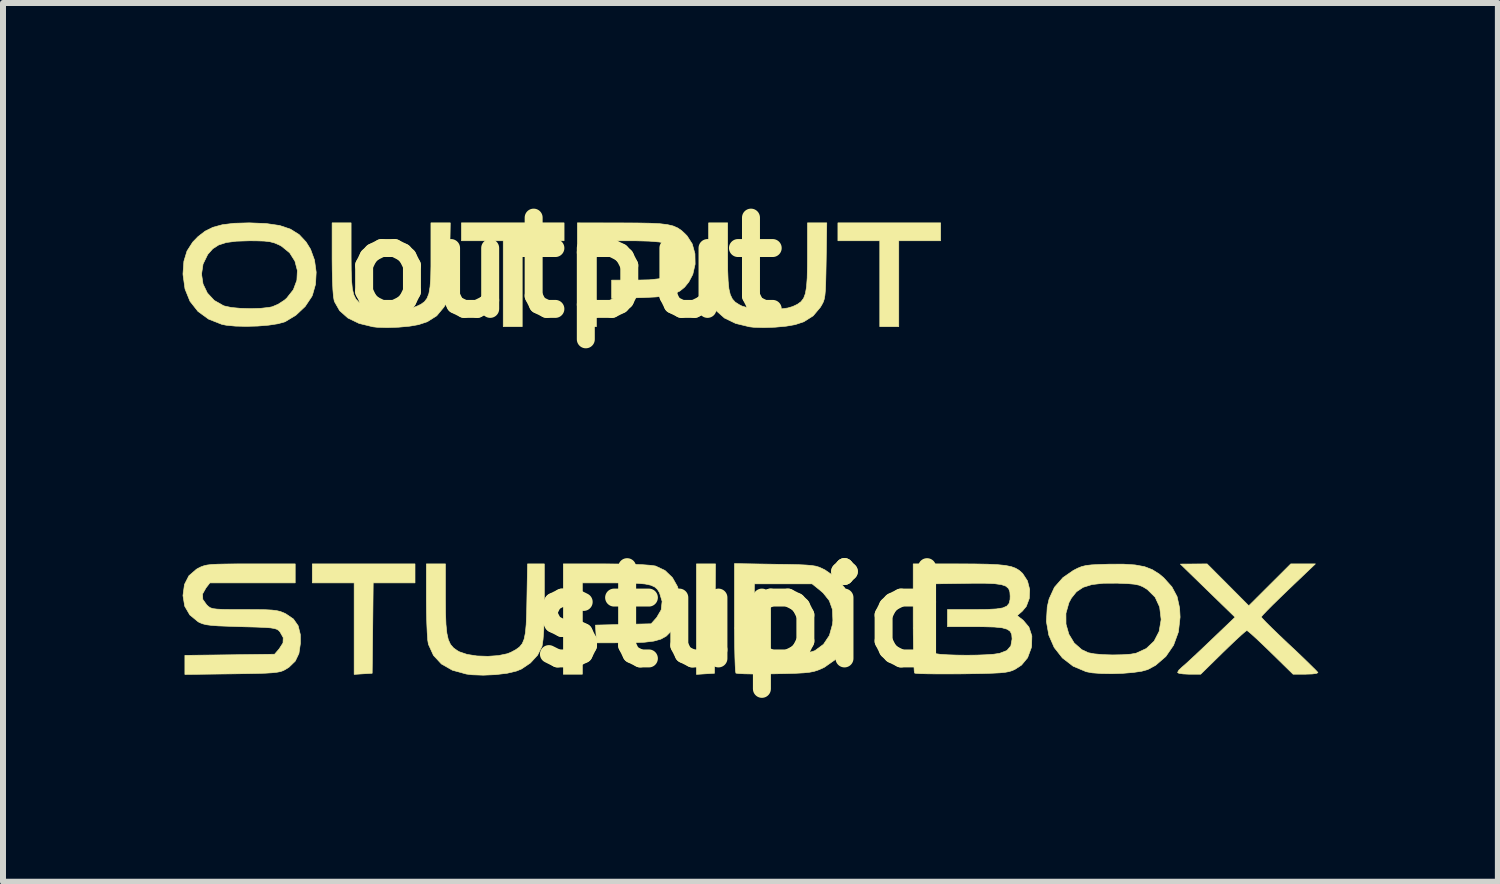
<source format=kicad_pcb>
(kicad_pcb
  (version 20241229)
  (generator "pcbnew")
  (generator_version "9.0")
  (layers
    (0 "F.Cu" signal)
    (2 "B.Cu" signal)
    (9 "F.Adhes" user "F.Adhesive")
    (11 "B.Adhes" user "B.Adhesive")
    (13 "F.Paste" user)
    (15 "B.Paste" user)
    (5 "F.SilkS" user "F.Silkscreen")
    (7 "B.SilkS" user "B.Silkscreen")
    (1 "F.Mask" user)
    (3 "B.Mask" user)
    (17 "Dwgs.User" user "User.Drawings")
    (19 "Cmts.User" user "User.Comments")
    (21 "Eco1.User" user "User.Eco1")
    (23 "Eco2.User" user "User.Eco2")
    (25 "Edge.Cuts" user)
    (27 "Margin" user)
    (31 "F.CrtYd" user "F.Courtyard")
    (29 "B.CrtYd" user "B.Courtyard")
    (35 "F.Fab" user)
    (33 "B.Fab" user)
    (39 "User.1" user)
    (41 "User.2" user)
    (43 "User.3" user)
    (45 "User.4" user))
  (footprint "stupid"
    (layer "F.Cu")
    (at 9.308 7.254)
    (property "Reference" "stupid" (at 0 0 0) (layer "F.SilkS") (effects (font (size 1.524 1.524) (thickness 0.3))))
    (attr through_hole)
    (fp_poly (pts (xy -0.42 0.024) (xy -0.429 0.937) (xy -0.579 0.946) (xy -0.73 0.956) (xy -0.73 -0.889) (xy -0.412 -0.889) (xy -0.42 0.024)) (stroke (width 0.01) (type solid)) (fill yes) (layer "F.SilkS"))
    (fp_poly (pts (xy -5.429 -0.572) (xy -6.127 -0.572) (xy -6.135 0.183) (xy -6.144 0.937) (xy -6.294 0.946) (xy -6.445 0.956) (xy -6.445 -0.572) (xy -7.144 -0.572) (xy -7.144 -0.889) (xy -5.429 -0.889) (xy -5.429 -0.572)) (stroke (width 0.01) (type solid)) (fill yes) (layer "F.SilkS"))
    (fp_poly (pts (xy -2.246 -0.889) (xy -2.007 -0.887) (xy -1.796 -0.882) (xy -1.62 -0.875) (xy -1.49 -0.865) (xy -1.414 -0.854) (xy -1.414 -0.854) (xy -1.255 -0.779) (xy -1.131 -0.66) (xy -1.045 -0.508) (xy -0.999 -0.333) (xy -0.998 -0.146) (xy -1.045 0.041) (xy -1.096 0.146) (xy -1.161 0.243) (xy -1.233 0.316) (xy -1.324 0.367) (xy -1.442 0.4) (xy -1.598 0.419) (xy -1.802 0.427) (xy -1.921 0.428) (xy -2.397 0.429) (xy -2.407 0.281) (xy -2.416 0.133) (xy -1.952 0.122) (xy -1.487 0.111) (xy -1.394 0.007) (xy -1.319 -0.121) (xy -1.303 -0.263) (xy -1.347 -0.408) (xy -1.382 -0.464) (xy -1.428 -0.505) (xy -1.494 -0.534) (xy -1.589 -0.554) (xy -1.721 -0.565) (xy -1.901 -0.57) (xy -2.097 -0.572) (xy -2.635 -0.572) (xy -2.635 0.953) (xy -2.953 0.953) (xy -2.953 -0.889) (xy -2.246 -0.889)) (stroke (width 0.01) (type solid)) (fill yes) (layer "F.SilkS"))
    (fp_poly (pts (xy -4.921 -0.318) (xy -4.919 -0.071) (xy -4.912 0.121) (xy -4.897 0.268) (xy -4.873 0.376) (xy -4.836 0.456) (xy -4.785 0.515) (xy -4.718 0.562) (xy -4.687 0.579) (xy -4.56 0.622) (xy -4.395 0.648) (xy -4.213 0.654) (xy -4.037 0.642) (xy -3.888 0.611) (xy -3.828 0.587) (xy -3.746 0.543) (xy -3.684 0.498) (xy -3.638 0.442) (xy -3.607 0.367) (xy -3.586 0.264) (xy -3.573 0.124) (xy -3.565 -0.063) (xy -3.561 -0.272) (xy -3.55 -0.889) (xy -3.27 -0.889) (xy -3.27 -0.266) (xy -3.273 -0.002) (xy -3.279 0.212) (xy -3.291 0.372) (xy -3.306 0.475) (xy -3.309 0.488) (xy -3.382 0.634) (xy -3.502 0.765) (xy -3.652 0.866) (xy -3.735 0.9) (xy -3.891 0.937) (xy -4.084 0.96) (xy -4.289 0.969) (xy -4.479 0.962) (xy -4.572 0.95) (xy -4.805 0.886) (xy -4.988 0.782) (xy -5.121 0.638) (xy -5.204 0.456) (xy -5.206 0.448) (xy -5.217 0.381) (xy -5.225 0.262) (xy -5.232 0.104) (xy -5.237 -0.081) (xy -5.239 -0.278) (xy -5.239 -0.889) (xy -4.921 -0.889) (xy -4.921 -0.318)) (stroke (width 0.01) (type solid)) (fill yes) (layer "F.SilkS"))
    (fp_poly (pts (xy 9.152 -0.458) (xy 9.013 -0.324) (xy 8.891 -0.205) (xy 8.794 -0.107) (xy 8.728 -0.038) (xy 8.7 -0.004) (xy 8.7 -0.003) (xy 8.722 0.025) (xy 8.783 0.089) (xy 8.878 0.183) (xy 8.998 0.299) (xy 9.137 0.431) (xy 9.168 0.46) (xy 9.311 0.594) (xy 9.437 0.715) (xy 9.539 0.815) (xy 9.611 0.886) (xy 9.645 0.923) (xy 9.647 0.926) (xy 9.623 0.939) (xy 9.552 0.949) (xy 9.447 0.952) (xy 9.444 0.953) (xy 9.232 0.953) (xy 8.858 0.587) (xy 8.732 0.465) (xy 8.621 0.36) (xy 8.533 0.28) (xy 8.476 0.233) (xy 8.46 0.222) (xy 8.43 0.243) (xy 8.363 0.302) (xy 8.267 0.39) (xy 8.151 0.501) (xy 8.062 0.587) (xy 7.689 0.953) (xy 7.496 0.953) (xy 7.394 0.948) (xy 7.324 0.937) (xy 7.303 0.923) (xy 7.325 0.884) (xy 7.379 0.833) (xy 7.427 0.792) (xy 7.511 0.715) (xy 7.623 0.611) (xy 7.752 0.489) (xy 7.859 0.387) (xy 8.263 0.001) (xy 7.807 -0.442) (xy 7.35 -0.886) (xy 7.796 -0.889) (xy 8.144 -0.54) (xy 8.492 -0.19) (xy 9.193 -0.889) (xy 9.604 -0.889) (xy 9.152 -0.458)) (stroke (width 0.01) (type solid)) (fill yes) (layer "F.SilkS"))
    (fp_poly (pts (xy 0.579 -0.883) (xy 0.803 -0.88) (xy 0.974 -0.876) (xy 1.101 -0.87) (xy 1.194 -0.862) (xy 1.263 -0.851) (xy 1.319 -0.834) (xy 1.37 -0.811) (xy 1.418 -0.787) (xy 1.609 -0.654) (xy 1.748 -0.485) (xy 1.835 -0.28) (xy 1.869 -0.042) (xy 1.866 0.076) (xy 1.823 0.321) (xy 1.73 0.533) (xy 1.59 0.707) (xy 1.406 0.837) (xy 1.358 0.86) (xy 1.295 0.886) (xy 1.232 0.906) (xy 1.159 0.92) (xy 1.064 0.93) (xy 0.937 0.937) (xy 0.767 0.942) (xy 0.572 0.946) (xy 0.379 0.949) (xy 0.209 0.949) (xy 0.07 0.946) (xy -0.026 0.941) (xy -0.07 0.935) (xy -0.071 0.934) (xy -0.078 0.897) (xy -0.083 0.805) (xy -0.088 0.666) (xy -0.092 0.489) (xy -0.094 0.28) (xy -0.095 0.182) (xy 0.227 0.182) (xy 0.228 0.345) (xy 0.229 0.476) (xy 0.233 0.565) (xy 0.237 0.597) (xy 0.276 0.617) (xy 0.365 0.63) (xy 0.489 0.636) (xy 0.638 0.636) (xy 0.796 0.629) (xy 0.95 0.617) (xy 1.089 0.599) (xy 1.197 0.577) (xy 1.249 0.559) (xy 1.391 0.454) (xy 1.49 0.306) (xy 1.542 0.119) (xy 1.548 0.052) (xy 1.54 -0.13) (xy 1.488 -0.276) (xy 1.385 -0.405) (xy 1.323 -0.458) (xy 1.201 -0.556) (xy 0.238 -0.556) (xy 0.229 -0.001) (xy 0.227 0.182) (xy -0.095 0.182) (xy -0.095 0.05) (xy -0.095 0.008) (xy -0.095 -0.894) (xy 0.579 -0.883)) (stroke (width 0.01) (type solid)) (fill yes) (layer "F.SilkS"))
    (fp_poly (pts (xy 6.593 -0.872) (xy 6.751 -0.843) (xy 6.881 -0.793) (xy 6.997 -0.72) (xy 7.072 -0.657) (xy 7.208 -0.506) (xy 7.295 -0.343) (xy 7.337 -0.152) (xy 7.345 0) (xy 7.317 0.247) (xy 7.236 0.469) (xy 7.107 0.657) (xy 6.935 0.805) (xy 6.805 0.875) (xy 6.705 0.903) (xy 6.56 0.924) (xy 6.388 0.938) (xy 6.204 0.944) (xy 6.028 0.941) (xy 5.877 0.93) (xy 5.777 0.911) (xy 5.559 0.819) (xy 5.38 0.681) (xy 5.243 0.506) (xy 5.153 0.3) (xy 5.113 0.072) (xy 5.121 -0.064) (xy 5.439 -0.064) (xy 5.44 0.116) (xy 5.488 0.285) (xy 5.577 0.432) (xy 5.704 0.543) (xy 5.813 0.594) (xy 5.913 0.613) (xy 6.055 0.626) (xy 6.217 0.631) (xy 6.38 0.628) (xy 6.521 0.618) (xy 6.611 0.602) (xy 6.781 0.524) (xy 6.911 0.401) (xy 6.995 0.239) (xy 7.028 0.046) (xy 7.028 0.032) (xy 7.004 -0.169) (xy 6.928 -0.333) (xy 6.8 -0.46) (xy 6.784 -0.471) (xy 6.721 -0.509) (xy 6.659 -0.534) (xy 6.581 -0.55) (xy 6.472 -0.56) (xy 6.316 -0.566) (xy 6.306 -0.567) (xy 6.063 -0.566) (xy 5.873 -0.544) (xy 5.726 -0.498) (xy 5.615 -0.424) (xy 5.53 -0.318) (xy 5.489 -0.241) (xy 5.439 -0.064) (xy 5.121 -0.064) (xy 5.127 -0.17) (xy 5.158 -0.304) (xy 5.247 -0.498) (xy 5.389 -0.66) (xy 5.561 -0.779) (xy 5.635 -0.817) (xy 5.701 -0.844) (xy 5.775 -0.862) (xy 5.87 -0.873) (xy 6.003 -0.879) (xy 6.149 -0.884) (xy 6.396 -0.885) (xy 6.593 -0.872)) (stroke (width 0.01) (type solid)) (fill yes) (layer "F.SilkS"))
    (fp_poly (pts (xy -7.429 -0.889) (xy -7.429 -0.572) (xy -8.854 -0.572) (xy -8.919 -0.488) (xy -8.976 -0.387) (xy -8.972 -0.296) (xy -8.907 -0.205) (xy -8.907 -0.205) (xy -8.877 -0.177) (xy -8.845 -0.156) (xy -8.801 -0.142) (xy -8.734 -0.134) (xy -8.635 -0.129) (xy -8.494 -0.127) (xy -8.3 -0.127) (xy -8.279 -0.127) (xy -8.076 -0.126) (xy -7.926 -0.124) (xy -7.816 -0.118) (xy -7.736 -0.108) (xy -7.674 -0.093) (xy -7.619 -0.071) (xy -7.587 -0.056) (xy -7.459 0.031) (xy -7.38 0.144) (xy -7.343 0.293) (xy -7.342 0.436) (xy -7.367 0.606) (xy -7.428 0.734) (xy -7.532 0.835) (xy -7.592 0.873) (xy -7.63 0.893) (xy -7.675 0.909) (xy -7.734 0.92) (xy -7.817 0.929) (xy -7.931 0.936) (xy -8.085 0.94) (xy -8.288 0.944) (xy -8.485 0.947) (xy -9.271 0.957) (xy -9.271 0.638) (xy -8.522 0.629) (xy -7.773 0.619) (xy -7.697 0.53) (xy -7.633 0.431) (xy -7.629 0.342) (xy -7.681 0.25) (xy -7.704 0.223) (xy -7.732 0.204) (xy -7.775 0.19) (xy -7.841 0.179) (xy -7.939 0.172) (xy -8.08 0.166) (xy -8.272 0.161) (xy -8.339 0.159) (xy -8.554 0.152) (xy -8.714 0.146) (xy -8.832 0.137) (xy -8.916 0.126) (xy -8.978 0.11) (xy -9.026 0.09) (xy -9.049 0.078) (xy -9.189 -0.037) (xy -9.274 -0.183) (xy -9.303 -0.359) (xy -9.303 -0.362) (xy -9.278 -0.546) (xy -9.204 -0.691) (xy -9.078 -0.8) (xy -9.048 -0.817) (xy -9.002 -0.84) (xy -8.955 -0.857) (xy -8.9 -0.87) (xy -8.825 -0.879) (xy -8.724 -0.884) (xy -8.586 -0.887) (xy -8.402 -0.889) (xy -8.171 -0.889) (xy -7.429 -0.889)) (stroke (width 0.01) (type solid)) (fill yes) (layer "F.SilkS"))
    (fp_poly (pts (xy 3.912 -0.888) (xy 4.129 -0.884) (xy 4.299 -0.876) (xy 4.429 -0.863) (xy 4.527 -0.843) (xy 4.602 -0.815) (xy 4.661 -0.779) (xy 4.712 -0.733) (xy 4.716 -0.729) (xy 4.797 -0.605) (xy 4.834 -0.461) (xy 4.827 -0.312) (xy 4.777 -0.179) (xy 4.711 -0.1) (xy 4.625 -0.026) (xy 4.725 0.052) (xy 4.821 0.166) (xy 4.87 0.314) (xy 4.866 0.482) (xy 4.861 0.511) (xy 4.799 0.678) (xy 4.697 0.801) (xy 4.586 0.873) (xy 4.541 0.893) (xy 4.49 0.909) (xy 4.424 0.921) (xy 4.335 0.93) (xy 4.213 0.936) (xy 4.05 0.941) (xy 3.837 0.945) (xy 3.698 0.947) (xy 3.484 0.948) (xy 3.291 0.948) (xy 3.129 0.946) (xy 3.006 0.943) (xy 2.931 0.938) (xy 2.912 0.933) (xy 2.906 0.897) (xy 2.901 0.805) (xy 2.896 0.666) (xy 2.893 0.489) (xy 2.891 0.345) (xy 3.212 0.345) (xy 3.214 0.475) (xy 3.217 0.563) (xy 3.221 0.594) (xy 3.257 0.609) (xy 3.344 0.621) (xy 3.469 0.629) (xy 3.62 0.634) (xy 3.785 0.636) (xy 3.95 0.634) (xy 4.104 0.628) (xy 4.234 0.619) (xy 4.328 0.605) (xy 4.333 0.604) (xy 4.452 0.558) (xy 4.519 0.481) (xy 4.54 0.366) (xy 4.54 0.361) (xy 4.534 0.29) (xy 4.51 0.238) (xy 4.459 0.202) (xy 4.374 0.178) (xy 4.247 0.165) (xy 4.07 0.16) (xy 3.93 0.159) (xy 3.461 0.159) (xy 3.461 -0.127) (xy 3.914 -0.127) (xy 4.123 -0.129) (xy 4.277 -0.137) (xy 4.384 -0.154) (xy 4.452 -0.184) (xy 4.49 -0.229) (xy 4.506 -0.293) (xy 4.508 -0.35) (xy 4.503 -0.422) (xy 4.482 -0.477) (xy 4.437 -0.517) (xy 4.362 -0.543) (xy 4.248 -0.559) (xy 4.089 -0.566) (xy 3.877 -0.566) (xy 3.77 -0.564) (xy 3.223 -0.556) (xy 3.214 -0.001) (xy 3.212 0.182) (xy 3.212 0.345) (xy 2.891 0.345) (xy 2.89 0.281) (xy 2.889 0.051) (xy 2.889 0.011) (xy 2.889 -0.889) (xy 3.64 -0.889) (xy 3.912 -0.888)) (stroke (width 0.01) (type solid)) (fill yes) (layer "F.SilkS")))
  (footprint "output"
    (layer "F.Cu")
    (at 6.368 1.418)
    (property "Reference" "output" (at 0 0 0) (layer "F.SilkS") (effects (font (size 1.524 1.524) (thickness 0.3))))
    (attr through_hole)
    (fp_poly (pts (xy 0 -0.448) (xy -0.699 -0.448) (xy -0.699 0.986) (xy -1.016 0.986) (xy -1.016 -0.448) (xy -1.714 -0.448) (xy -1.714 -0.747) (xy 0 -0.747) (xy 0 -0.448)) (stroke (width 0.01) (type solid)) (fill yes) (layer "F.SilkS"))
    (fp_poly (pts (xy 6.287 -0.448) (xy 5.588 -0.448) (xy 5.588 0.986) (xy 5.271 0.986) (xy 5.271 -0.448) (xy 4.572 -0.448) (xy 4.572 -0.747) (xy 6.287 -0.747) (xy 6.287 -0.448)) (stroke (width 0.01) (type solid)) (fill yes) (layer "F.SilkS"))
    (fp_poly (pts (xy 0.96 -0.746) (xy 1.225 -0.745) (xy 1.434 -0.741) (xy 1.598 -0.733) (xy 1.724 -0.718) (xy 1.821 -0.695) (xy 1.897 -0.662) (xy 1.962 -0.618) (xy 2.024 -0.56) (xy 2.054 -0.529) (xy 2.14 -0.395) (xy 2.185 -0.232) (xy 2.188 -0.057) (xy 2.149 0.113) (xy 2.083 0.239) (xy 2.012 0.327) (xy 1.932 0.392) (xy 1.833 0.439) (xy 1.703 0.471) (xy 1.533 0.49) (xy 1.312 0.501) (xy 1.262 0.502) (xy 0.794 0.515) (xy 0.794 0.209) (xy 1.194 0.209) (xy 1.423 0.204) (xy 1.597 0.185) (xy 1.722 0.15) (xy 1.805 0.094) (xy 1.853 0.015) (xy 1.872 -0.091) (xy 1.873 -0.138) (xy 1.866 -0.235) (xy 1.841 -0.309) (xy 1.791 -0.365) (xy 1.708 -0.404) (xy 1.586 -0.428) (xy 1.418 -0.442) (xy 1.196 -0.448) (xy 1.081 -0.448) (xy 0.54 -0.448) (xy 0.54 0.986) (xy 0.222 0.986) (xy 0.222 -0.747) (xy 0.96 -0.746)) (stroke (width 0.01) (type solid)) (fill yes) (layer "F.SilkS"))
    (fp_poly (pts (xy -3.556 -0.187) (xy -3.554 0.042) (xy -3.548 0.22) (xy -3.535 0.354) (xy -3.512 0.452) (xy -3.477 0.524) (xy -3.428 0.577) (xy -3.363 0.619) (xy -3.318 0.642) (xy -3.203 0.675) (xy -3.048 0.696) (xy -2.873 0.702) (xy -2.7 0.695) (xy -2.55 0.674) (xy -2.469 0.65) (xy -2.391 0.613) (xy -2.331 0.57) (xy -2.288 0.513) (xy -2.257 0.433) (xy -2.238 0.322) (xy -2.227 0.173) (xy -2.223 -0.023) (xy -2.223 -0.172) (xy -2.223 -0.747) (xy -1.9 -0.747) (xy -1.911 -0.112) (xy -1.914 0.098) (xy -1.918 0.258) (xy -1.923 0.377) (xy -1.931 0.463) (xy -1.942 0.525) (xy -1.959 0.574) (xy -1.981 0.618) (xy -2.008 0.662) (xy -2.127 0.805) (xy -2.284 0.904) (xy -2.429 0.952) (xy -2.578 0.978) (xy -2.762 0.995) (xy -2.954 1.001) (xy -3.125 0.996) (xy -3.193 0.988) (xy -3.423 0.932) (xy -3.609 0.842) (xy -3.747 0.72) (xy -3.833 0.569) (xy -3.84 0.544) (xy -3.851 0.48) (xy -3.86 0.368) (xy -3.867 0.218) (xy -3.871 0.043) (xy -3.873 -0.146) (xy -3.873 -0.157) (xy -3.873 -0.747) (xy -3.556 -0.747) (xy -3.556 -0.187)) (stroke (width 0.01) (type solid)) (fill yes) (layer "F.SilkS"))
    (fp_poly (pts (xy 2.731 -0.187) (xy 2.732 0.042) (xy 2.739 0.22) (xy 2.752 0.354) (xy 2.775 0.452) (xy 2.81 0.524) (xy 2.858 0.577) (xy 2.924 0.619) (xy 2.969 0.642) (xy 3.083 0.675) (xy 3.239 0.696) (xy 3.413 0.702) (xy 3.586 0.695) (xy 3.736 0.674) (xy 3.817 0.65) (xy 3.895 0.613) (xy 3.955 0.57) (xy 3.999 0.513) (xy 4.029 0.433) (xy 4.048 0.322) (xy 4.059 0.173) (xy 4.063 -0.023) (xy 4.064 -0.172) (xy 4.064 -0.747) (xy 4.386 -0.747) (xy 4.376 -0.112) (xy 4.372 0.098) (xy 4.368 0.258) (xy 4.363 0.377) (xy 4.355 0.463) (xy 4.344 0.525) (xy 4.328 0.574) (xy 4.305 0.618) (xy 4.279 0.662) (xy 4.159 0.805) (xy 4.003 0.904) (xy 3.858 0.952) (xy 3.708 0.978) (xy 3.524 0.995) (xy 3.333 1.001) (xy 3.162 0.996) (xy 3.094 0.988) (xy 2.864 0.932) (xy 2.678 0.842) (xy 2.54 0.72) (xy 2.454 0.569) (xy 2.446 0.544) (xy 2.436 0.48) (xy 2.427 0.368) (xy 2.42 0.218) (xy 2.415 0.043) (xy 2.413 -0.146) (xy 2.413 -0.157) (xy 2.413 -0.747) (xy 2.731 -0.747) (xy 2.731 -0.187)) (stroke (width 0.01) (type solid)) (fill yes) (layer "F.SilkS"))
    (fp_poly (pts (xy -4.976 -0.736) (xy -4.749 -0.703) (xy -4.568 -0.642) (xy -4.423 -0.551) (xy -4.308 -0.428) (xy -4.233 -0.307) (xy -4.167 -0.126) (xy -4.139 0.076) (xy -4.15 0.278) (xy -4.201 0.458) (xy -4.211 0.481) (xy -4.323 0.649) (xy -4.478 0.795) (xy -4.655 0.902) (xy -4.664 0.906) (xy -4.776 0.937) (xy -4.932 0.961) (xy -5.115 0.976) (xy -5.306 0.981) (xy -5.488 0.977) (xy -5.642 0.962) (xy -5.715 0.947) (xy -5.936 0.86) (xy -6.113 0.731) (xy -6.246 0.562) (xy -6.329 0.357) (xy -6.362 0.12) (xy -6.362 0.109) (xy -6.053 0.109) (xy -6.028 0.274) (xy -5.956 0.424) (xy -5.841 0.548) (xy -5.688 0.635) (xy -5.667 0.642) (xy -5.556 0.666) (xy -5.404 0.68) (xy -5.233 0.685) (xy -5.066 0.68) (xy -4.925 0.664) (xy -4.874 0.654) (xy -4.775 0.612) (xy -4.67 0.544) (xy -4.632 0.511) (xy -4.52 0.369) (xy -4.461 0.211) (xy -4.453 0.048) (xy -4.494 -0.108) (xy -4.582 -0.247) (xy -4.717 -0.357) (xy -4.762 -0.381) (xy -4.835 -0.412) (xy -4.911 -0.432) (xy -5.005 -0.443) (xy -5.135 -0.447) (xy -5.253 -0.448) (xy -5.472 -0.441) (xy -5.64 -0.419) (xy -5.767 -0.378) (xy -5.865 -0.315) (xy -5.945 -0.225) (xy -5.95 -0.219) (xy -6.028 -0.059) (xy -6.053 0.109) (xy -6.362 0.109) (xy -6.363 0.105) (xy -6.348 -0.105) (xy -6.296 -0.276) (xy -6.201 -0.425) (xy -6.112 -0.517) (xy -5.994 -0.608) (xy -5.863 -0.673) (xy -5.705 -0.716) (xy -5.51 -0.74) (xy -5.265 -0.747) (xy -5.254 -0.747) (xy -4.976 -0.736)) (stroke (width 0.01) (type solid)) (fill yes) (layer "F.SilkS")))
  (gr_rect
    (start -3 -3)
    (end 21.959 11.672)
    (stroke (width 0.1) (type default))
    (fill no)
    (layer "Edge.Cuts")))
</source>
